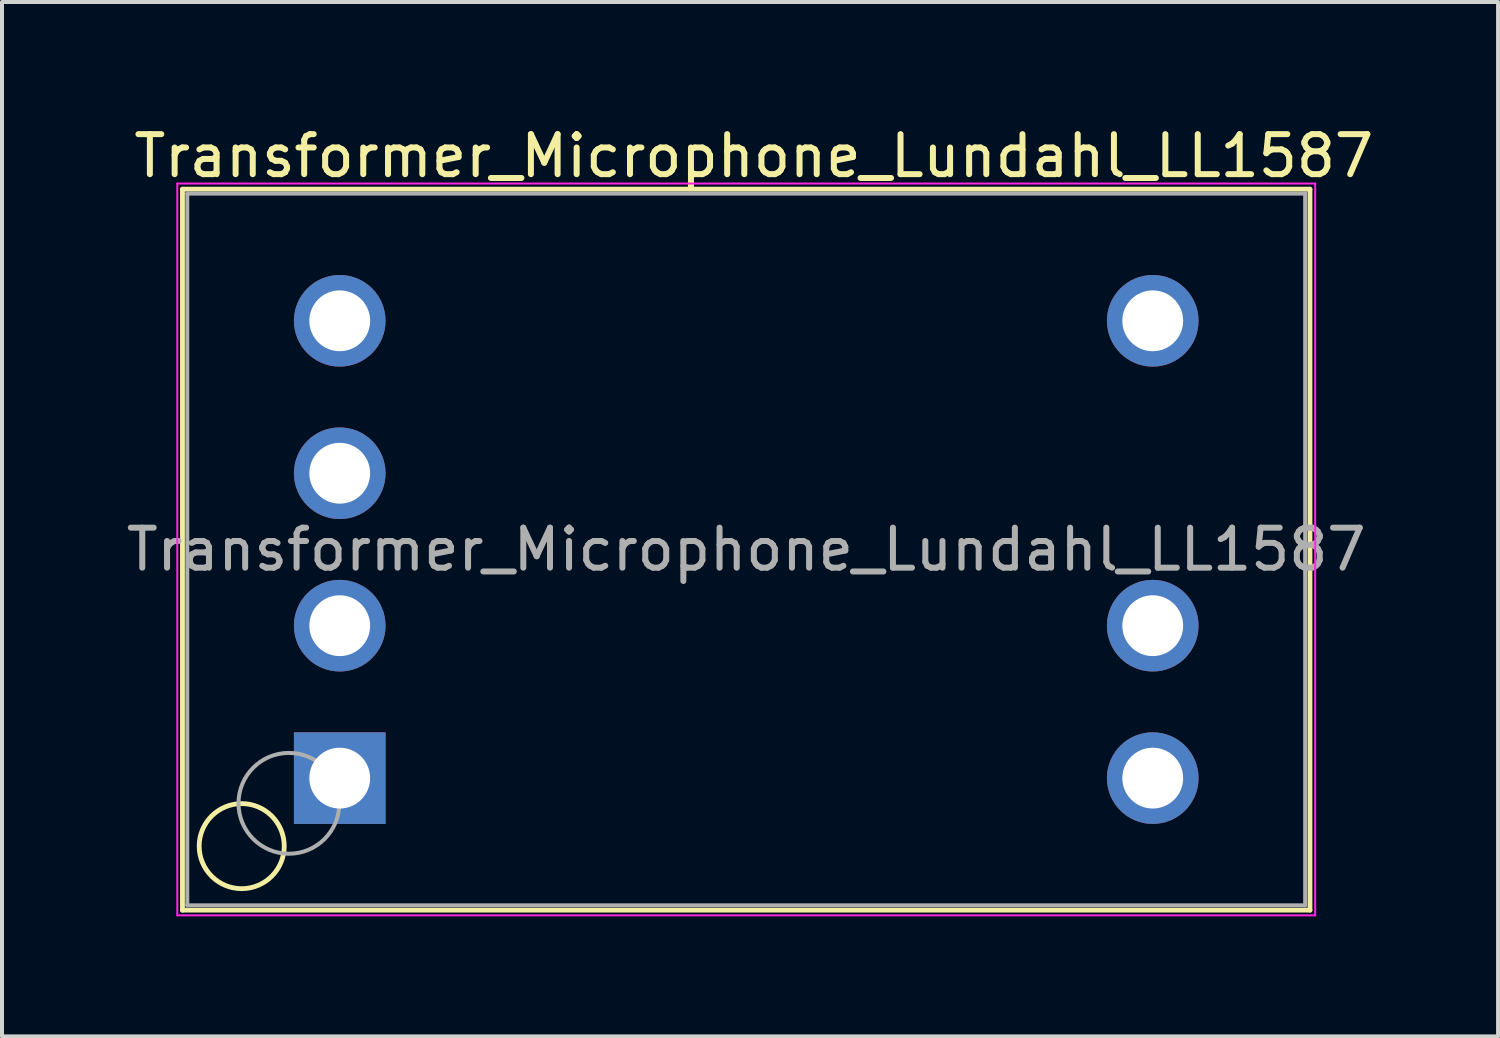
<source format=kicad_pcb>
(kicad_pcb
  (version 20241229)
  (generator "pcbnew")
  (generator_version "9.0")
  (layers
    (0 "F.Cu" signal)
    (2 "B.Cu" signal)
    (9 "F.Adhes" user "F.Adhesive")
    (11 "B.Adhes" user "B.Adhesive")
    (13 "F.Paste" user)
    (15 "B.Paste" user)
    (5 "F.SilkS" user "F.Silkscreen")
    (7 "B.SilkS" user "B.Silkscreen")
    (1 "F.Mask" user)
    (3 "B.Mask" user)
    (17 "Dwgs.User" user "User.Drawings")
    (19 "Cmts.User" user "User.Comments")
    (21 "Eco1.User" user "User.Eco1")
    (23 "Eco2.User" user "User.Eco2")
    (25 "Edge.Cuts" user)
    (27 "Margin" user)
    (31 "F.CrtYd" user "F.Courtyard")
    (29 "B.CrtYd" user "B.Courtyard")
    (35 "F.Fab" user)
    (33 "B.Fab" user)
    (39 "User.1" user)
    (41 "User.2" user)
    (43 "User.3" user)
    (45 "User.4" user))
  (footprint "Transformer_Microphone_Lundahl_LL1587"
    (layer "F.Cu")
    (at 5.441 16.398)
    (property "Reference" "Transformer_Microphone_Lundahl_LL1587" (at 10.35 -15.55 0) (layer "F.SilkS") (effects (font (size 1 1) (thickness 0.15))))
    (attr through_hole)
    (fp_line (start -3.93 -14.72) (end -3.93 3.3) (stroke (width 0.12) (type solid)) (layer "F.SilkS"))
    (fp_line (start -3.93 -14.72) (end 24.25 -14.72) (stroke (width 0.12) (type solid)) (layer "F.SilkS"))
    (fp_line (start 24.25 3.3) (end -3.93 3.3) (stroke (width 0.12) (type solid)) (layer "F.SilkS"))
    (fp_line (start 24.25 3.3) (end 24.25 -14.72) (stroke (width 0.12) (type solid)) (layer "F.SilkS"))
    (fp_circle (center -2.45 1.7) (end -1.75 2.5) (stroke (width 0.12) (type solid)) (fill no) (layer "F.SilkS"))
    (fp_line (start -4.06 -14.86) (end -4.06 3.43) (stroke (width 0.05) (type solid)) (layer "F.CrtYd"))
    (fp_line (start -4.06 -14.86) (end 24.38 -14.86) (stroke (width 0.05) (type solid)) (layer "F.CrtYd"))
    (fp_line (start 24.38 3.43) (end -4.06 3.43) (stroke (width 0.05) (type solid)) (layer "F.CrtYd"))
    (fp_line (start 24.38 3.43) (end 24.38 -14.86) (stroke (width 0.05) (type solid)) (layer "F.CrtYd"))
    (fp_line (start -3.81 -14.61) (end -3.81 3.18) (stroke (width 0.1) (type solid)) (layer "F.Fab"))
    (fp_line (start -3.81 3.18) (end 24.13 3.18) (stroke (width 0.1) (type solid)) (layer "F.Fab"))
    (fp_line (start 24.13 -14.61) (end -3.81 -14.61) (stroke (width 0.1) (type solid)) (layer "F.Fab"))
    (fp_line (start 24.13 -5.71) (end 24.13 -14.61) (stroke (width 0.1) (type solid)) (layer "F.Fab"))
    (fp_line (start 24.13 3.18) (end 24.13 -5.71) (stroke (width 0.1) (type solid)) (layer "F.Fab"))
    (fp_circle (center -1.27 0.63) (end -1.27 -0.63) (stroke (width 0.1) (type solid)) (fill no) (layer "F.Fab"))
    (fp_text user "${REFERENCE}" (at 10.16 -5.715 0) (layer "F.Fab") (effects (font (size 1 1) (thickness 0.15))))
    (pad "1" thru_hole rect (at 0 0) (size 2.29 2.29) (drill 1.52) (layers "*.Cu" "*.Mask"))
    (pad "2" thru_hole circle (at 0 -3.81) (size 2.29 2.29) (drill 1.52) (layers "*.Cu" "*.Mask"))
    (pad "3" thru_hole circle (at 0 -7.62) (size 2.29 2.29) (drill 1.52) (layers "*.Cu" "*.Mask"))
    (pad "4" thru_hole circle (at 0 -11.43) (size 2.29 2.29) (drill 1.52) (layers "*.Cu" "*.Mask"))
    (pad "5" thru_hole circle (at 20.32 0) (size 2.29 2.29) (drill 1.52) (layers "*.Cu" "*.Mask"))
    (pad "6" thru_hole circle (at 20.32 -3.81) (size 2.29 2.29) (drill 1.52) (layers "*.Cu" "*.Mask"))
    (pad "8" thru_hole circle (at 20.32 -11.43) (size 2.29 2.29) (drill 1.52) (layers "*.Cu" "*.Mask")))
  (gr_rect
    (start -3 -3)
    (end 34.392 22.853)
    (stroke (width 0.1) (type default))
    (fill no)
    (layer "Edge.Cuts")))
</source>
